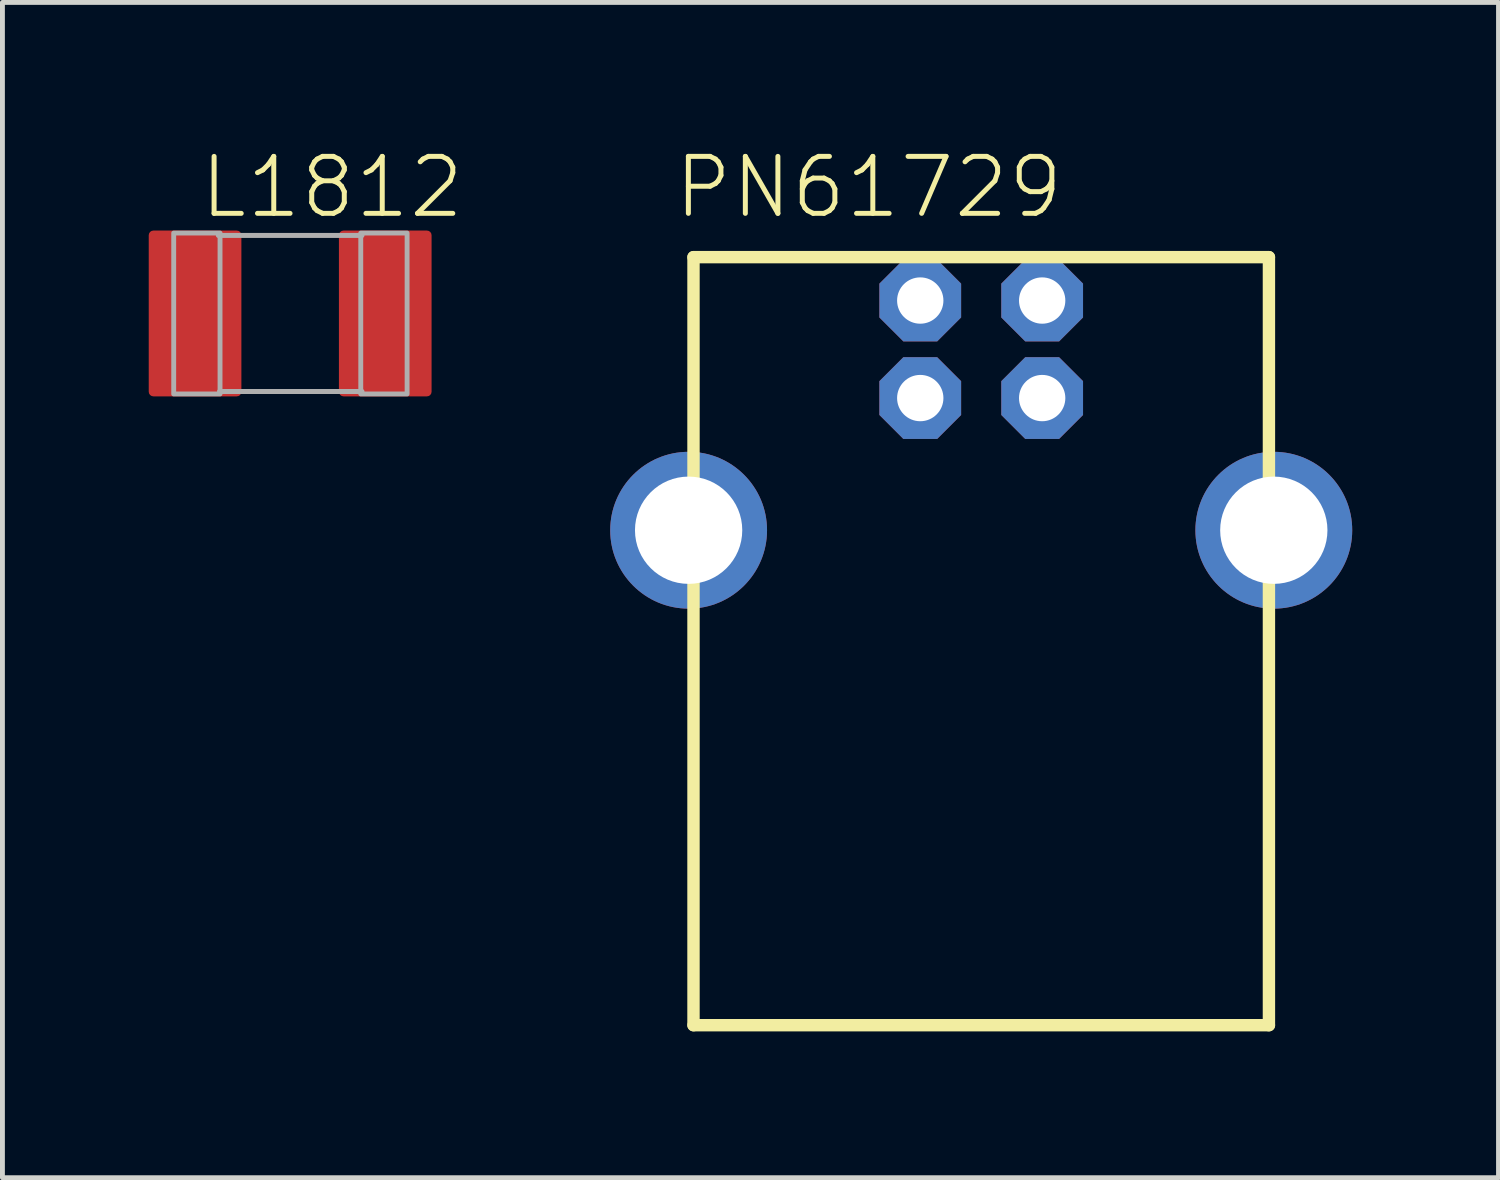
<source format=kicad_pcb>
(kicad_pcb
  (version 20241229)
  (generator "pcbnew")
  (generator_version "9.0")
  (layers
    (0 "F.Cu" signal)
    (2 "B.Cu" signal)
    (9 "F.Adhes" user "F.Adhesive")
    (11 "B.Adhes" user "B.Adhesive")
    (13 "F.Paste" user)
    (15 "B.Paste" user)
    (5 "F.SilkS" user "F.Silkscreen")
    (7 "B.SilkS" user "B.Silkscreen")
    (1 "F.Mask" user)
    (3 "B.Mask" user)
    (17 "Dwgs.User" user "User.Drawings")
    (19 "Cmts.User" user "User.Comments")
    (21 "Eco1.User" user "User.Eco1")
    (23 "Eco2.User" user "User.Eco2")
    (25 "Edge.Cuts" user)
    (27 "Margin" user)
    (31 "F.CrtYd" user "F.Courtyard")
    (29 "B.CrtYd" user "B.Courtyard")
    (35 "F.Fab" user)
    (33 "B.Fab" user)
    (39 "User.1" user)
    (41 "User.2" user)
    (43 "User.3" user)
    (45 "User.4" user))
  (footprint "L1812"
    (layer "F.Cu")
    (at 2.9 3.378)
    (property "Reference" "L1812" (at -1.905 -1.905 0) (layer "F.SilkS") (effects (font (size 1.168 1.168) (thickness 0.102)) (justify left bottom)))
    (fp_line (start -1.473 -1.6) (end 1.473 -1.6) (stroke (width 0.102) (type solid)) (layer "F.Fab"))
    (fp_line (start -1.448 1.6) (end 1.473 1.6) (stroke (width 0.102) (type solid)) (layer "F.Fab"))
    (fp_poly (pts (xy -2.388 1.651) (xy -1.438 1.651) (xy -1.438 -1.649) (xy -2.388 -1.649)) (stroke (width 0.1) (type default)) (fill no) (layer "F.Fab"))
    (fp_poly (pts (xy 1.448 1.651) (xy 2.398 1.651) (xy 2.398 -1.649) (xy 1.448 -1.649)) (stroke (width 0.1) (type default)) (fill no) (layer "F.Fab"))
    (pad "1" smd roundrect (at -1.95 0) (size 1.9 3.4) (layers "F.Cu" "F.Mask" "F.Paste") (roundrect_rratio 0.05))
    (pad "2" smd roundrect (at 1.95 0) (size 1.9 3.4) (layers "F.Cu" "F.Mask" "F.Paste") (roundrect_rratio 0.05)))
  (footprint "PN61729"
    (layer "F.Cu")
    (at 17.071 7.823)
    (property "Reference" "PN61729" (at -6.35 -6.35 0) (layer "F.SilkS") (effects (font (size 1.168 1.168) (thickness 0.102)) (justify left bottom)))
    (fp_line (start -5.9 -5.6) (end -5.9 10.15) (stroke (width 0.254) (type solid)) (layer "F.SilkS"))
    (fp_line (start -5.9 10.15) (end 5.9 10.15) (stroke (width 0.254) (type solid)) (layer "F.SilkS"))
    (fp_line (start 5.9 -5.6) (end -5.9 -5.6) (stroke (width 0.254) (type solid)) (layer "F.SilkS"))
    (fp_line (start 5.9 10.15) (end 5.9 -5.6) (stroke (width 0.254) (type solid)) (layer "F.SilkS"))
    (pad "1" thru_hole roundrect (at 1.25 -4.71) (size 1.676 1.676) (drill 0.95) (layers "*.Cu" "*.Mask") (roundrect_rratio 0.25) (chamfer_ratio 0.293) (chamfer top_left top_right bottom_left bottom_right))
    (pad "2" thru_hole roundrect (at -1.25 -4.71) (size 1.676 1.676) (drill 0.95) (layers "*.Cu" "*.Mask") (roundrect_rratio 0.25) (chamfer_ratio 0.293) (chamfer top_left top_right bottom_left bottom_right))
    (pad "3" thru_hole roundrect (at -1.25 -2.71) (size 1.676 1.676) (drill 0.95) (layers "*.Cu" "*.Mask") (roundrect_rratio 0.25) (chamfer_ratio 0.293) (chamfer top_left top_right bottom_left bottom_right))
    (pad "4" thru_hole roundrect (at 1.25 -2.71) (size 1.676 1.676) (drill 0.95) (layers "*.Cu" "*.Mask") (roundrect_rratio 0.25) (chamfer_ratio 0.293) (chamfer top_left top_right bottom_left bottom_right))
    (pad "P$1" thru_hole circle (at -6 0) (size 3.216 3.216) (drill 2.2) (layers "*.Cu" "*.Mask"))
    (pad "P$2" thru_hole circle (at 6 0) (size 3.216 3.216) (drill 2.2) (layers "*.Cu" "*.Mask")))
  (gr_rect
    (start -3 -3)
    (end 27.679 21.1)
    (stroke (width 0.1) (type default))
    (fill no)
    (layer "Edge.Cuts")))
</source>
